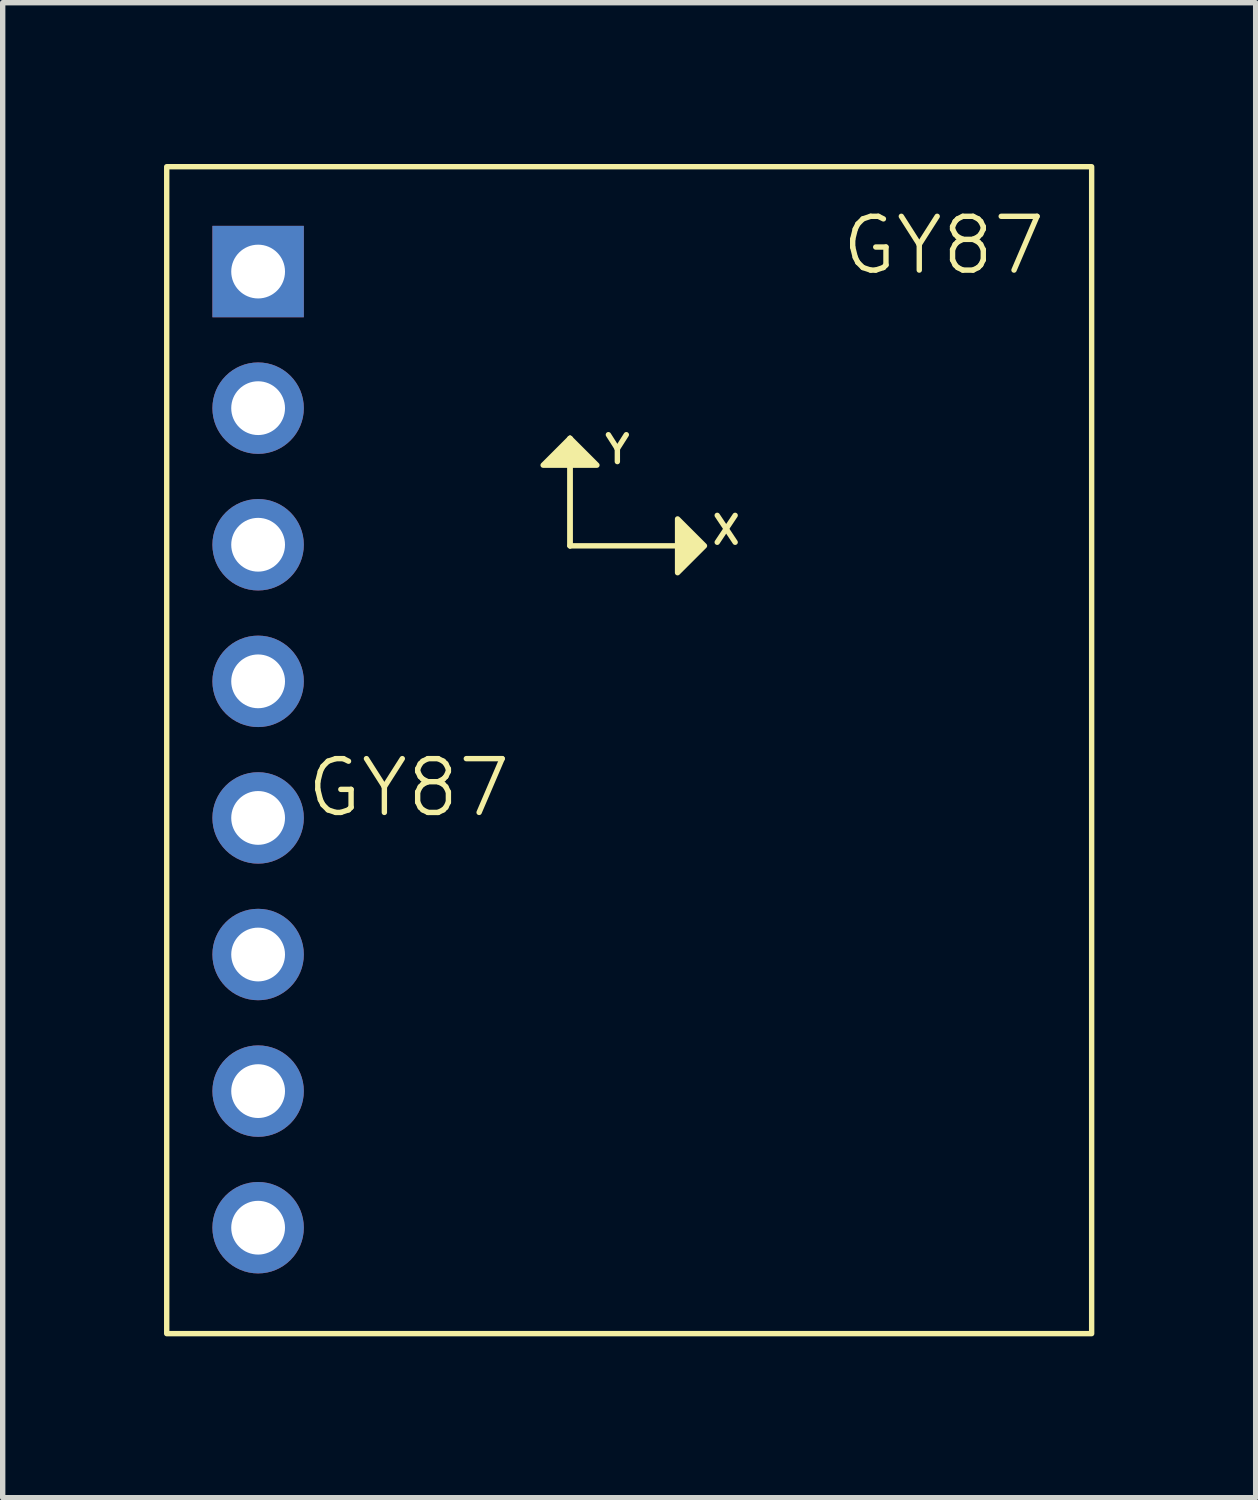
<source format=kicad_pcb>
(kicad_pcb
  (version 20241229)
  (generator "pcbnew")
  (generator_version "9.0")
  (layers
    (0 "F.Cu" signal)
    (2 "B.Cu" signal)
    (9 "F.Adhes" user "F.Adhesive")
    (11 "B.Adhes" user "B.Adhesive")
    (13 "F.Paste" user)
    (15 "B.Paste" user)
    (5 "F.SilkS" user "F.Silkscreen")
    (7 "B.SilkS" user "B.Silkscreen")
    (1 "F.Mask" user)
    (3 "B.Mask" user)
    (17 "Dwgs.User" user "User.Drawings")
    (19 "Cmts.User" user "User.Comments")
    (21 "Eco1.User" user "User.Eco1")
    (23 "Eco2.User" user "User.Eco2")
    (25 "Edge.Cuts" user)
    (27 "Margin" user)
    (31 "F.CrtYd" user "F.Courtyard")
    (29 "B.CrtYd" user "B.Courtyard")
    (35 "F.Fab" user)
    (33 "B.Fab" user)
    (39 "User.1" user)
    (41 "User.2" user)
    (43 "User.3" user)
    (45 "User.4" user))
  (footprint "GY87"
    (layer "F.Cu")
    (at 4.55 12.1)
    (property "Reference" "GY87" (at 0 -0.5 0) (unlocked yes) (layer "F.SilkS") (effects (font (size 1 1) (thickness 0.1))))
    (attr smd)
    (fp_line (start 3 -7) (end 3 -5) (stroke (width 0.1) (type default)) (layer "F.SilkS"))
    (fp_line (start 3 -5) (end 3 -7) (stroke (width 0.1) (type default)) (layer "F.SilkS"))
    (fp_line (start 5 -5) (end 3 -5) (stroke (width 0.1) (type default)) (layer "F.SilkS"))
    (fp_rect (start -4.5 -12.05) (end 12.7 9.65) (stroke (width 0.1) (type default)) (fill no) (layer "F.SilkS"))
    (fp_poly (pts (xy 2.5 -6.5) (xy 3 -7) (xy 3.5 -6.5)) (stroke (width 0.1) (type solid)) (fill yes) (layer "F.SilkS"))
    (fp_poly (pts (xy 5 -5.5) (xy 5.5 -5) (xy 5 -4.5)) (stroke (width 0.1) (type solid)) (fill yes) (layer "F.SilkS"))
    (fp_text user "GY87" (at 8 -10 0) (unlocked yes) (layer "F.SilkS") (effects (font (size 1 1) (thickness 0.1)) (justify left bottom)))
    (fp_text user "Y" (at 3.6 -6.5 0) (unlocked yes) (layer "F.SilkS") (effects (font (size 0.5 0.5) (thickness 0.1)) (justify left bottom)))
    (fp_text user "X" (at 5.6 -5 0) (unlocked yes) (layer "F.SilkS") (effects (font (size 0.5 0.5) (thickness 0.1)) (justify left bottom)))
    (pad "1" thru_hole rect (at -2.8 -10.1) (size 1.7 1.7) (drill 1) (layers "*.Cu" "*.Mask"))
    (pad "2" thru_hole circle (at -2.8 -7.56) (size 1.7 1.7) (drill 1) (layers "*.Cu" "*.Mask"))
    (pad "3" thru_hole circle (at -2.8 -5.02) (size 1.7 1.7) (drill 1) (layers "*.Cu" "*.Mask"))
    (pad "4" thru_hole circle (at -2.8 -2.48) (size 1.7 1.7) (drill 1) (layers "*.Cu" "*.Mask"))
    (pad "5" thru_hole circle (at -2.8 0.06) (size 1.7 1.7) (drill 1) (layers "*.Cu" "*.Mask"))
    (pad "6" thru_hole circle (at -2.8 2.6) (size 1.7 1.7) (drill 1) (layers "*.Cu" "*.Mask"))
    (pad "7" thru_hole circle (at -2.8 5.14) (size 1.7 1.7) (drill 1) (layers "*.Cu" "*.Mask"))
    (pad "8" thru_hole circle (at -2.8 7.68) (size 1.7 1.7) (drill 1) (layers "*.Cu" "*.Mask")))
  (gr_rect
    (start -3 -3)
    (end 20.3 24.8)
    (stroke (width 0.1) (type default))
    (fill no)
    (layer "Edge.Cuts")))
</source>
